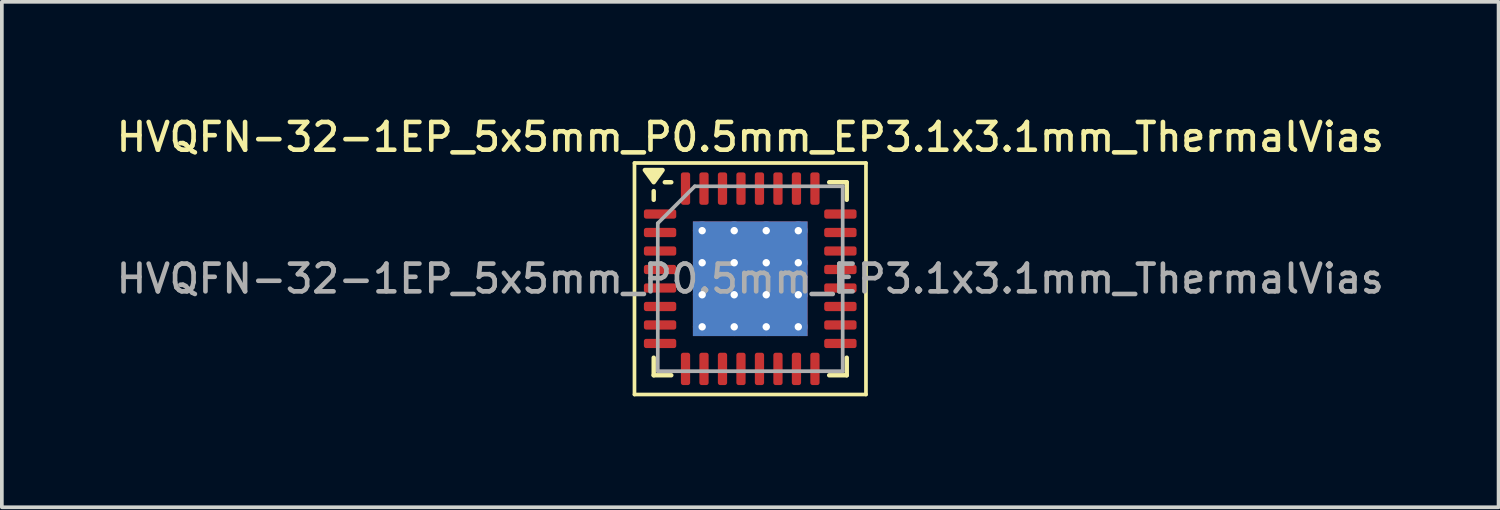
<source format=kicad_pcb>
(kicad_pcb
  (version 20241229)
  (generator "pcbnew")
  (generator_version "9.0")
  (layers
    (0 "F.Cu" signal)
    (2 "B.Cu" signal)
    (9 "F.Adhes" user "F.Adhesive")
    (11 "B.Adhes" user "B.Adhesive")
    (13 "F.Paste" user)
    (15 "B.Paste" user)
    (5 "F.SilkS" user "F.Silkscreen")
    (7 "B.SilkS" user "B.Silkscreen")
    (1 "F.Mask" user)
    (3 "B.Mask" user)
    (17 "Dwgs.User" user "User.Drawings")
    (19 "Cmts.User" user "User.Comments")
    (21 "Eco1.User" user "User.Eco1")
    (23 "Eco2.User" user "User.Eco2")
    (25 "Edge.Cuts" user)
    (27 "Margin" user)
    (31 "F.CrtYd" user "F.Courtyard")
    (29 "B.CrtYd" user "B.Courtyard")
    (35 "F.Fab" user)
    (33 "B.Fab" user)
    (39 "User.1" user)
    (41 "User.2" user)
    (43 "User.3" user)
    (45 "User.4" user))
  (footprint "HVQFN-32-1EP_5x5mm_P0.5mm_EP3.1x3.1mm_ThermalVias"
    (layer "F.Cu")
    (at 17.238 4.488)
    (property "Reference" "HVQFN-32-1EP_5x5mm_P0.5mm_EP3.1x3.1mm_ThermalVias" (at 0 -3.83 0) (layer "F.SilkS") (effects (font (size 0.75 0.75) (thickness 0.125))))
    (attr smd)
    (fp_line (start -3.13 -3.13) (end -3.13 3.13) (stroke (width 0.1) (type solid)) (layer "F.SilkS"))
    (fp_line (start -3.13 3.13) (end 3.13 3.13) (stroke (width 0.1) (type solid)) (layer "F.SilkS"))
    (fp_line (start -2.61 -2.135) (end -2.61 -2.37) (stroke (width 0.12) (type solid)) (layer "F.SilkS"))
    (fp_line (start -2.61 2.61) (end -2.61 2.135) (stroke (width 0.12) (type solid)) (layer "F.SilkS"))
    (fp_line (start -2.135 -2.61) (end -2.31 -2.61) (stroke (width 0.12) (type solid)) (layer "F.SilkS"))
    (fp_line (start -2.135 2.61) (end -2.61 2.61) (stroke (width 0.12) (type solid)) (layer "F.SilkS"))
    (fp_line (start 2.135 -2.61) (end 2.61 -2.61) (stroke (width 0.12) (type solid)) (layer "F.SilkS"))
    (fp_line (start 2.135 2.61) (end 2.61 2.61) (stroke (width 0.12) (type solid)) (layer "F.SilkS"))
    (fp_line (start 2.61 -2.61) (end 2.61 -2.135) (stroke (width 0.12) (type solid)) (layer "F.SilkS"))
    (fp_line (start 2.61 2.61) (end 2.61 2.135) (stroke (width 0.12) (type solid)) (layer "F.SilkS"))
    (fp_line (start 3.13 -3.13) (end -3.13 -3.13) (stroke (width 0.1) (type solid)) (layer "F.SilkS"))
    (fp_line (start 3.13 3.13) (end 3.13 -3.13) (stroke (width 0.1) (type solid)) (layer "F.SilkS"))
    (fp_poly (pts (xy -2.61 -2.61) (xy -2.85 -2.94) (xy -2.37 -2.94) (xy -2.61 -2.61)) (stroke (width 0.12) (type solid)) (fill yes) (layer "F.SilkS"))
    (fp_line (start -2.5 -1.5) (end -1.5 -2.5) (stroke (width 0.1) (type solid)) (layer "F.Fab"))
    (fp_line (start -2.5 2.5) (end -2.5 -1.5) (stroke (width 0.1) (type solid)) (layer "F.Fab"))
    (fp_line (start -1.5 -2.5) (end 2.5 -2.5) (stroke (width 0.1) (type solid)) (layer "F.Fab"))
    (fp_line (start 2.5 -2.5) (end 2.5 2.5) (stroke (width 0.1) (type solid)) (layer "F.Fab"))
    (fp_line (start 2.5 2.5) (end -2.5 2.5) (stroke (width 0.1) (type solid)) (layer "F.Fab"))
    (fp_text user "${REFERENCE}" (at 0 0 0) (layer "F.Fab") (effects (font (size 0.75 0.75) (thickness 0.125))))
    (pad "" smd custom (at -0.867 -0.867) (size 0.637 0.637) (layers "F.Paste") (options (anchor circle)) (primitives (gr_poly (pts (xy -0.254 -0.147) (xy -0.147 -0.254) (xy 0.147 -0.254) (xy 0.254 -0.147) (xy 0.254 0.147) (xy 0.147 0.254) (xy -0.147 0.254) (xy -0.254 0.147)) (width 0.258) (fill yes))))
    (pad "" smd custom (at -0.867 0) (size 0.637 0.637) (layers "F.Paste") (options (anchor circle)) (primitives (gr_poly (pts (xy -0.254 -0.147) (xy -0.147 -0.254) (xy 0.147 -0.254) (xy 0.254 -0.147) (xy 0.254 0.147) (xy 0.147 0.254) (xy -0.147 0.254) (xy -0.254 0.147)) (width 0.258) (fill yes))))
    (pad "" smd custom (at -0.867 0.867) (size 0.637 0.637) (layers "F.Paste") (options (anchor circle)) (primitives (gr_poly (pts (xy -0.254 -0.147) (xy -0.147 -0.254) (xy 0.147 -0.254) (xy 0.254 -0.147) (xy 0.254 0.147) (xy 0.147 0.254) (xy -0.147 0.254) (xy -0.254 0.147)) (width 0.258) (fill yes))))
    (pad "" smd custom (at 0 -0.867) (size 0.637 0.637) (layers "F.Paste") (options (anchor circle)) (primitives (gr_poly (pts (xy -0.254 -0.147) (xy -0.147 -0.254) (xy 0.147 -0.254) (xy 0.254 -0.147) (xy 0.254 0.147) (xy 0.147 0.254) (xy -0.147 0.254) (xy -0.254 0.147)) (width 0.258) (fill yes))))
    (pad "" smd custom (at 0 0) (size 0.637 0.637) (layers "F.Paste") (options (anchor circle)) (primitives (gr_poly (pts (xy -0.254 -0.147) (xy -0.147 -0.254) (xy 0.147 -0.254) (xy 0.254 -0.147) (xy 0.254 0.147) (xy 0.147 0.254) (xy -0.147 0.254) (xy -0.254 0.147)) (width 0.258) (fill yes))))
    (pad "" smd custom (at 0 0.867) (size 0.637 0.637) (layers "F.Paste") (options (anchor circle)) (primitives (gr_poly (pts (xy -0.254 -0.147) (xy -0.147 -0.254) (xy 0.147 -0.254) (xy 0.254 -0.147) (xy 0.254 0.147) (xy 0.147 0.254) (xy -0.147 0.254) (xy -0.254 0.147)) (width 0.258) (fill yes))))
    (pad "" smd custom (at 0.867 -0.867) (size 0.637 0.637) (layers "F.Paste") (options (anchor circle)) (primitives (gr_poly (pts (xy -0.254 -0.147) (xy -0.147 -0.254) (xy 0.147 -0.254) (xy 0.254 -0.147) (xy 0.254 0.147) (xy 0.147 0.254) (xy -0.147 0.254) (xy -0.254 0.147)) (width 0.258) (fill yes))))
    (pad "" smd custom (at 0.867 0) (size 0.637 0.637) (layers "F.Paste") (options (anchor circle)) (primitives (gr_poly (pts (xy -0.254 -0.147) (xy -0.147 -0.254) (xy 0.147 -0.254) (xy 0.254 -0.147) (xy 0.254 0.147) (xy 0.147 0.254) (xy -0.147 0.254) (xy -0.254 0.147)) (width 0.258) (fill yes))))
    (pad "" smd custom (at 0.867 0.867) (size 0.637 0.637) (layers "F.Paste") (options (anchor circle)) (primitives (gr_poly (pts (xy -0.254 -0.147) (xy -0.147 -0.254) (xy 0.147 -0.254) (xy 0.254 -0.147) (xy 0.254 0.147) (xy 0.147 0.254) (xy -0.147 0.254) (xy -0.254 0.147)) (width 0.258) (fill yes))))
    (pad "1" smd roundrect (at -2.438 -1.75) (size 0.875 0.25) (layers "F.Cu" "F.Mask" "F.Paste") (roundrect_rratio 0.25))
    (pad "2" smd roundrect (at -2.438 -1.25) (size 0.875 0.25) (layers "F.Cu" "F.Mask" "F.Paste") (roundrect_rratio 0.25))
    (pad "3" smd roundrect (at -2.438 -0.75) (size 0.875 0.25) (layers "F.Cu" "F.Mask" "F.Paste") (roundrect_rratio 0.25))
    (pad "4" smd roundrect (at -2.438 -0.25) (size 0.875 0.25) (layers "F.Cu" "F.Mask" "F.Paste") (roundrect_rratio 0.25))
    (pad "5" smd roundrect (at -2.438 0.25) (size 0.875 0.25) (layers "F.Cu" "F.Mask" "F.Paste") (roundrect_rratio 0.25))
    (pad "6" smd roundrect (at -2.438 0.75) (size 0.875 0.25) (layers "F.Cu" "F.Mask" "F.Paste") (roundrect_rratio 0.25))
    (pad "7" smd roundrect (at -2.438 1.25) (size 0.875 0.25) (layers "F.Cu" "F.Mask" "F.Paste") (roundrect_rratio 0.25))
    (pad "8" smd roundrect (at -2.438 1.75) (size 0.875 0.25) (layers "F.Cu" "F.Mask" "F.Paste") (roundrect_rratio 0.25))
    (pad "9" smd roundrect (at -1.75 2.438) (size 0.25 0.875) (layers "F.Cu" "F.Mask" "F.Paste") (roundrect_rratio 0.25))
    (pad "10" smd roundrect (at -1.25 2.438) (size 0.25 0.875) (layers "F.Cu" "F.Mask" "F.Paste") (roundrect_rratio 0.25))
    (pad "11" smd roundrect (at -0.75 2.438) (size 0.25 0.875) (layers "F.Cu" "F.Mask" "F.Paste") (roundrect_rratio 0.25))
    (pad "12" smd roundrect (at -0.25 2.438) (size 0.25 0.875) (layers "F.Cu" "F.Mask" "F.Paste") (roundrect_rratio 0.25))
    (pad "13" smd roundrect (at 0.25 2.438) (size 0.25 0.875) (layers "F.Cu" "F.Mask" "F.Paste") (roundrect_rratio 0.25))
    (pad "14" smd roundrect (at 0.75 2.438) (size 0.25 0.875) (layers "F.Cu" "F.Mask" "F.Paste") (roundrect_rratio 0.25))
    (pad "15" smd roundrect (at 1.25 2.438) (size 0.25 0.875) (layers "F.Cu" "F.Mask" "F.Paste") (roundrect_rratio 0.25))
    (pad "16" smd roundrect (at 1.75 2.438) (size 0.25 0.875) (layers "F.Cu" "F.Mask" "F.Paste") (roundrect_rratio 0.25))
    (pad "17" smd roundrect (at 2.438 1.75) (size 0.875 0.25) (layers "F.Cu" "F.Mask" "F.Paste") (roundrect_rratio 0.25))
    (pad "18" smd roundrect (at 2.438 1.25) (size 0.875 0.25) (layers "F.Cu" "F.Mask" "F.Paste") (roundrect_rratio 0.25))
    (pad "19" smd roundrect (at 2.438 0.75) (size 0.875 0.25) (layers "F.Cu" "F.Mask" "F.Paste") (roundrect_rratio 0.25))
    (pad "20" smd roundrect (at 2.438 0.25) (size 0.875 0.25) (layers "F.Cu" "F.Mask" "F.Paste") (roundrect_rratio 0.25))
    (pad "21" smd roundrect (at 2.438 -0.25) (size 0.875 0.25) (layers "F.Cu" "F.Mask" "F.Paste") (roundrect_rratio 0.25))
    (pad "22" smd roundrect (at 2.438 -0.75) (size 0.875 0.25) (layers "F.Cu" "F.Mask" "F.Paste") (roundrect_rratio 0.25))
    (pad "23" smd roundrect (at 2.438 -1.25) (size 0.875 0.25) (layers "F.Cu" "F.Mask" "F.Paste") (roundrect_rratio 0.25))
    (pad "24" smd roundrect (at 2.438 -1.75) (size 0.875 0.25) (layers "F.Cu" "F.Mask" "F.Paste") (roundrect_rratio 0.25))
    (pad "25" smd roundrect (at 1.75 -2.438) (size 0.25 0.875) (layers "F.Cu" "F.Mask" "F.Paste") (roundrect_rratio 0.25))
    (pad "26" smd roundrect (at 1.25 -2.438) (size 0.25 0.875) (layers "F.Cu" "F.Mask" "F.Paste") (roundrect_rratio 0.25))
    (pad "27" smd roundrect (at 0.75 -2.438) (size 0.25 0.875) (layers "F.Cu" "F.Mask" "F.Paste") (roundrect_rratio 0.25))
    (pad "28" smd roundrect (at 0.25 -2.438) (size 0.25 0.875) (layers "F.Cu" "F.Mask" "F.Paste") (roundrect_rratio 0.25))
    (pad "29" smd roundrect (at -0.25 -2.438) (size 0.25 0.875) (layers "F.Cu" "F.Mask" "F.Paste") (roundrect_rratio 0.25))
    (pad "30" smd roundrect (at -0.75 -2.438) (size 0.25 0.875) (layers "F.Cu" "F.Mask" "F.Paste") (roundrect_rratio 0.25))
    (pad "31" smd roundrect (at -1.25 -2.438) (size 0.25 0.875) (layers "F.Cu" "F.Mask" "F.Paste") (roundrect_rratio 0.25))
    (pad "32" smd roundrect (at -1.75 -2.438) (size 0.25 0.875) (layers "F.Cu" "F.Mask" "F.Paste") (roundrect_rratio 0.25))
    (pad "33" thru_hole circle (at -1.3 -1.3) (size 0.5 0.5) (drill 0.2) (property pad_prop_heatsink) (layers "*.Cu"))
    (pad "33" thru_hole circle (at -1.3 -0.433) (size 0.5 0.5) (drill 0.2) (property pad_prop_heatsink) (layers "*.Cu"))
    (pad "33" thru_hole circle (at -1.3 0.433) (size 0.5 0.5) (drill 0.2) (property pad_prop_heatsink) (layers "*.Cu"))
    (pad "33" thru_hole circle (at -1.3 1.3) (size 0.5 0.5) (drill 0.2) (property pad_prop_heatsink) (layers "*.Cu"))
    (pad "33" thru_hole circle (at -0.433 -1.3) (size 0.5 0.5) (drill 0.2) (property pad_prop_heatsink) (layers "*.Cu"))
    (pad "33" thru_hole circle (at -0.433 -0.433) (size 0.5 0.5) (drill 0.2) (property pad_prop_heatsink) (layers "*.Cu"))
    (pad "33" thru_hole circle (at -0.433 0.433) (size 0.5 0.5) (drill 0.2) (property pad_prop_heatsink) (layers "*.Cu"))
    (pad "33" thru_hole circle (at -0.433 1.3) (size 0.5 0.5) (drill 0.2) (property pad_prop_heatsink) (layers "*.Cu"))
    (pad "33" smd rect (at 0 0) (size 3.1 3.1) (property pad_prop_heatsink) (layers "F.Cu" "F.Mask"))
    (pad "33" smd rect (at 0 0) (size 3.1 3.1) (property pad_prop_heatsink) (layers "B.Cu"))
    (pad "33" thru_hole circle (at 0.433 -1.3) (size 0.5 0.5) (drill 0.2) (property pad_prop_heatsink) (layers "*.Cu"))
    (pad "33" thru_hole circle (at 0.433 -0.433) (size 0.5 0.5) (drill 0.2) (property pad_prop_heatsink) (layers "*.Cu"))
    (pad "33" thru_hole circle (at 0.433 0.433) (size 0.5 0.5) (drill 0.2) (property pad_prop_heatsink) (layers "*.Cu"))
    (pad "33" thru_hole circle (at 0.433 1.3) (size 0.5 0.5) (drill 0.2) (property pad_prop_heatsink) (layers "*.Cu"))
    (pad "33" thru_hole circle (at 1.3 -1.3) (size 0.5 0.5) (drill 0.2) (property pad_prop_heatsink) (layers "*.Cu"))
    (pad "33" thru_hole circle (at 1.3 -0.433) (size 0.5 0.5) (drill 0.2) (property pad_prop_heatsink) (layers "*.Cu"))
    (pad "33" thru_hole circle (at 1.3 0.433) (size 0.5 0.5) (drill 0.2) (property pad_prop_heatsink) (layers "*.Cu"))
    (pad "33" thru_hole circle (at 1.3 1.3) (size 0.5 0.5) (drill 0.2) (property pad_prop_heatsink) (layers "*.Cu")))
  (gr_rect
    (start -3 -3)
    (end 37.475 10.668)
    (stroke (width 0.1) (type default))
    (fill no)
    (layer "Edge.Cuts")))
</source>
